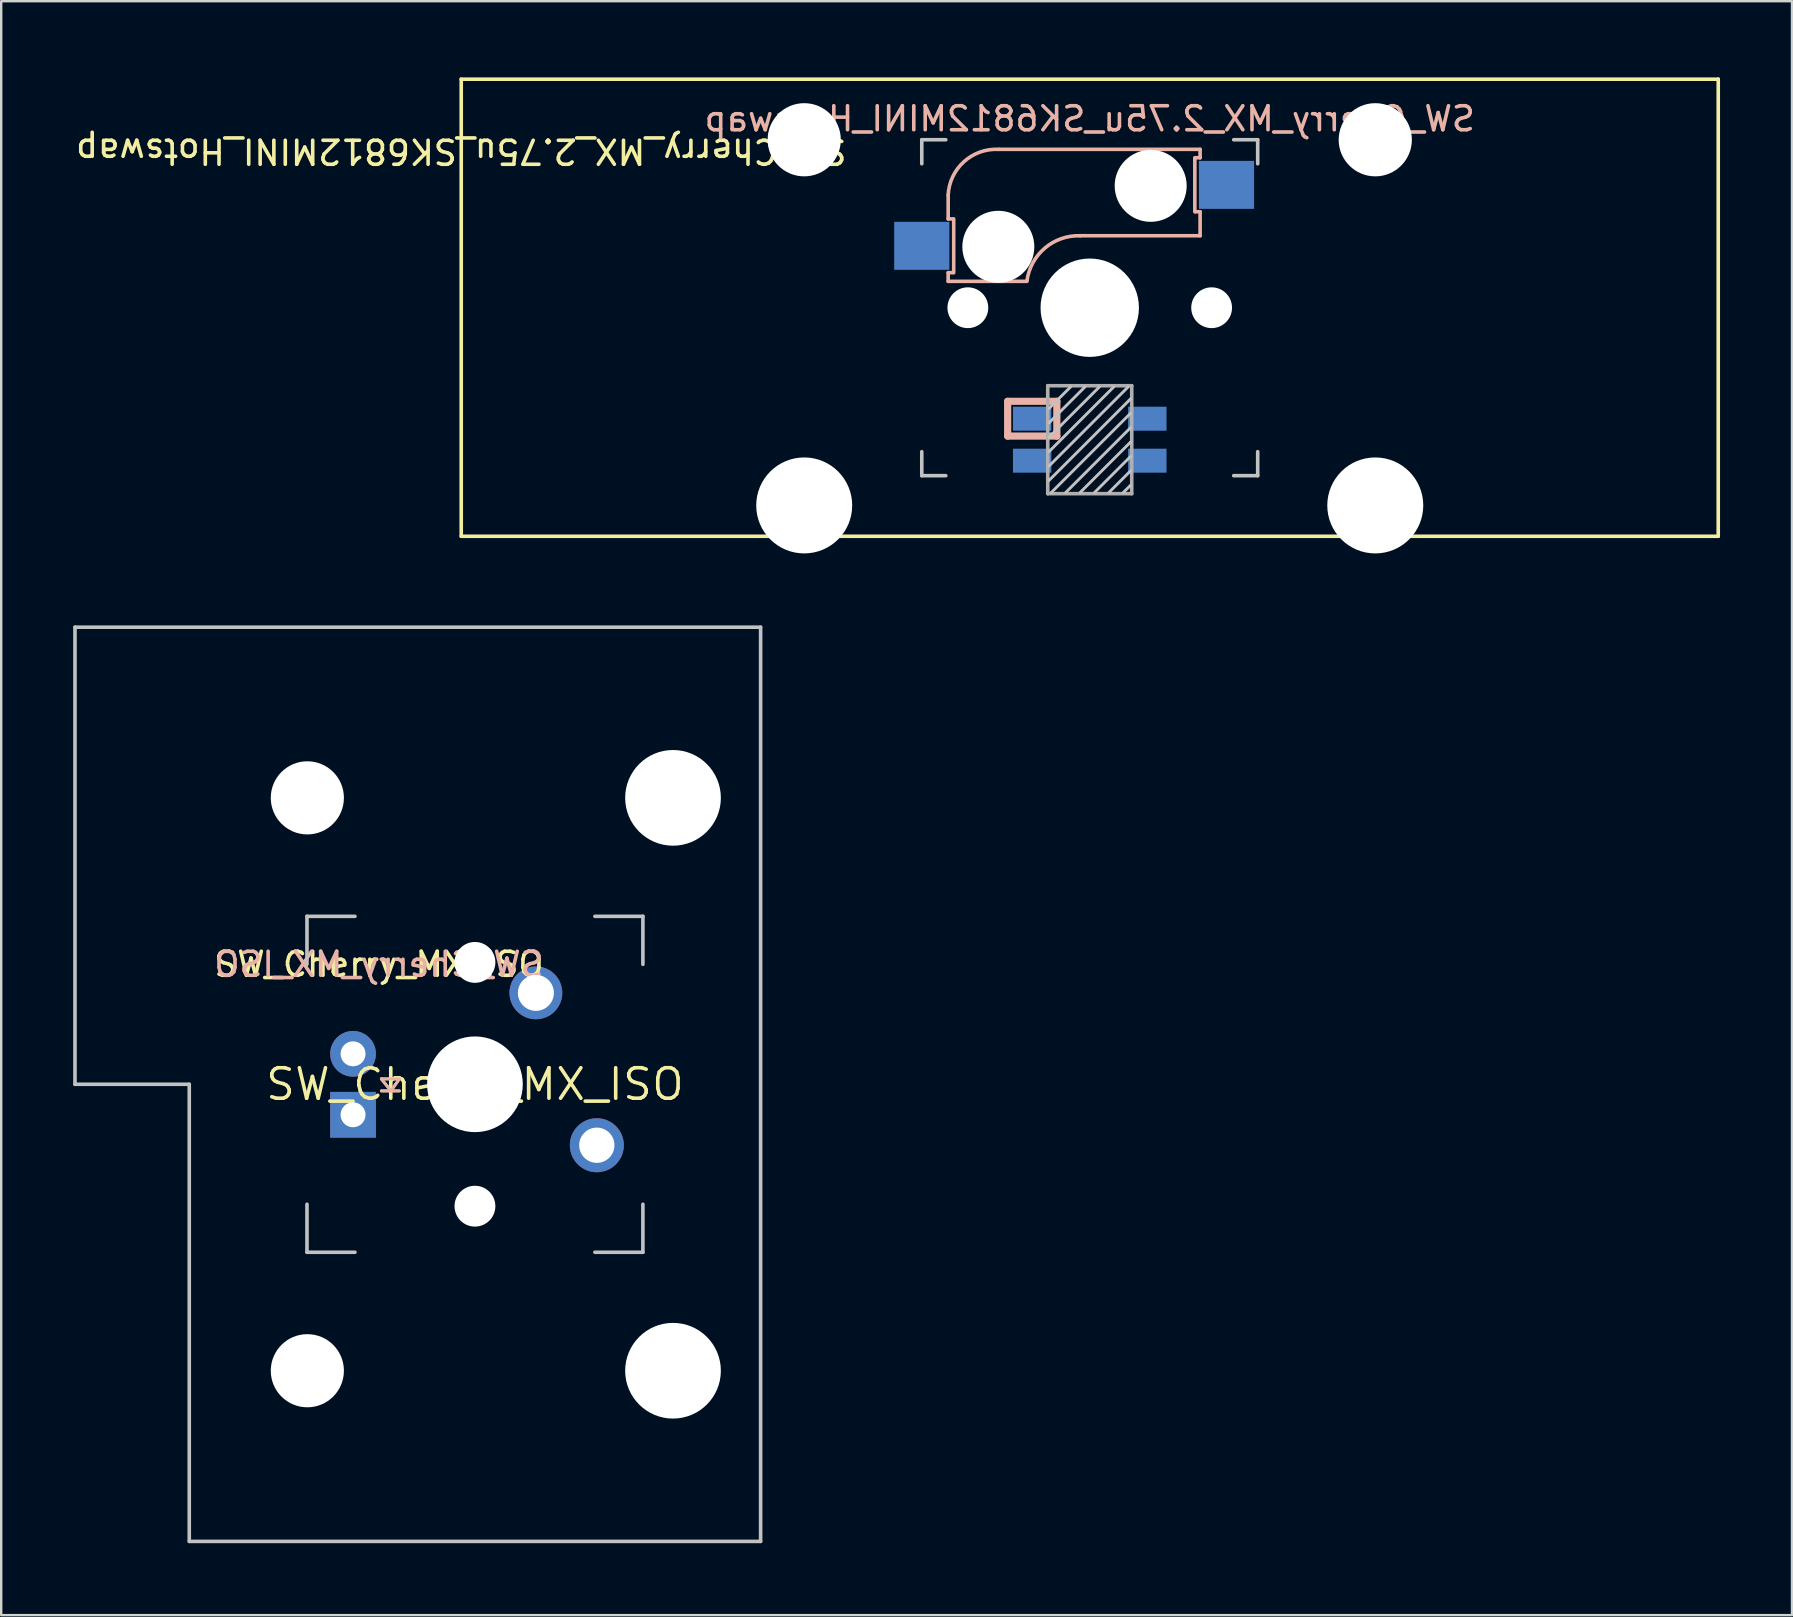
<source format=kicad_pcb>
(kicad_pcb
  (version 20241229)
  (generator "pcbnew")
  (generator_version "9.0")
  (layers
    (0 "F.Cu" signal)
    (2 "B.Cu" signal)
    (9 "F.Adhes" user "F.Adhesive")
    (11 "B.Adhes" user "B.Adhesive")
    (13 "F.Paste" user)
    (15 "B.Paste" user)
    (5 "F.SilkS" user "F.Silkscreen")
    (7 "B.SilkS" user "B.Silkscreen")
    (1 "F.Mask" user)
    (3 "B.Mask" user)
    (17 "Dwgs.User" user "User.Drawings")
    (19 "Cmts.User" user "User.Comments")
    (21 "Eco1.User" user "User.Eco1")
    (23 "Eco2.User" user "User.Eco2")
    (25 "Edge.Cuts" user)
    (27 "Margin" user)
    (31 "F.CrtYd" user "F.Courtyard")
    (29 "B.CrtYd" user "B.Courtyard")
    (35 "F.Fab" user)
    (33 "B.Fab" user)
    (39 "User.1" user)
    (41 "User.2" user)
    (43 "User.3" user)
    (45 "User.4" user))
  (footprint "SW_Cherry_MX_2.75u_SK6812MINI_Hotswap"
    (layer "F.Cu")
    (at 16.173 0.25)
    (property "Reference" "SW_Cherry_MX_2.75u_SK6812MINI_Hotswap" (at 0 3 180) (unlocked yes) (layer "F.SilkS") (effects (font (size 1 1) (thickness 0.15))))
    (attr through_hole)
    (fp_line (start 0 0) (end 52.388 0) (stroke (width 0.15) (type solid)) (layer "F.SilkS"))
    (fp_line (start 0 19.05) (end 0 0) (stroke (width 0.15) (type solid)) (layer "F.SilkS"))
    (fp_line (start 52.388 0) (end 52.388 19.05) (stroke (width 0.15) (type solid)) (layer "F.SilkS"))
    (fp_line (start 52.388 19.05) (end 0 19.05) (stroke (width 0.15) (type solid)) (layer "F.SilkS"))
    (fp_line (start 20.294 4.825) (end 20.294 5.825) (stroke (width 0.15) (type solid)) (layer "B.SilkS"))
    (fp_line (start 20.294 5.825) (end 20.494 5.825) (stroke (width 0.15) (type solid)) (layer "B.SilkS"))
    (fp_line (start 20.294 8.425) (end 20.294 8.065) (stroke (width 0.15) (type solid)) (layer "B.SilkS"))
    (fp_line (start 20.294 8.425) (end 23.574 8.425) (stroke (width 0.15) (type solid)) (layer "B.SilkS"))
    (fp_line (start 20.494 8.065) (end 20.294 8.065) (stroke (width 0.15) (type solid)) (layer "B.SilkS"))
    (fp_line (start 20.524 5.825) (end 20.524 8.065) (stroke (width 0.15) (type solid)) (layer "B.SilkS"))
    (fp_line (start 22.773 13.425) (end 24.823 13.425) (stroke (width 0.3) (type solid)) (layer "B.SilkS"))
    (fp_line (start 22.773 14.875) (end 22.773 13.425) (stroke (width 0.3) (type solid)) (layer "B.SilkS"))
    (fp_line (start 24.823 13.425) (end 24.823 14.875) (stroke (width 0.3) (type solid)) (layer "B.SilkS"))
    (fp_line (start 24.823 14.875) (end 22.773 14.875) (stroke (width 0.3) (type solid)) (layer "B.SilkS"))
    (fp_line (start 25.794 6.525) (end 30.794 6.525) (stroke (width 0.15) (type solid)) (layer "B.SilkS"))
    (fp_line (start 30.574 5.525) (end 30.574 3.275) (stroke (width 0.15) (type solid)) (layer "B.SilkS"))
    (fp_line (start 30.594 3.275) (end 30.794 3.275) (stroke (width 0.15) (type solid)) (layer "B.SilkS"))
    (fp_line (start 30.794 2.925) (end 22.394 2.925) (stroke (width 0.15) (type solid)) (layer "B.SilkS"))
    (fp_line (start 30.794 3.275) (end 30.794 2.925) (stroke (width 0.15) (type solid)) (layer "B.SilkS"))
    (fp_line (start 30.794 5.525) (end 30.594 5.525) (stroke (width 0.15) (type solid)) (layer "B.SilkS"))
    (fp_line (start 30.794 6.525) (end 30.794 5.525) (stroke (width 0.15) (type solid)) (layer "B.SilkS"))
    (fp_arc (start 20.29375 4.825001) (mid 20.950246 3.440076) (end 22.393749 2.925) (stroke (width 0.15) (type solid)) (layer "B.SilkS"))
    (fp_arc (start 23.577432 8.403529) (mid 24.325041 7.038882) (end 25.79375 6.525) (stroke (width 0.15) (type solid)) (layer "B.SilkS"))
    (fp_line (start 19.194 2.525) (end 20.194 2.525) (stroke (width 0.15) (type solid)) (layer "Dwgs.User"))
    (fp_line (start 19.194 3.525) (end 19.194 2.525) (stroke (width 0.15) (type solid)) (layer "Dwgs.User"))
    (fp_line (start 19.194 15.525) (end 19.194 16.525) (stroke (width 0.15) (type solid)) (layer "Dwgs.User"))
    (fp_line (start 19.194 16.525) (end 20.194 16.525) (stroke (width 0.15) (type solid)) (layer "Dwgs.User"))
    (fp_line (start 25.394 12.825) (end 24.494 13.725) (stroke (width 0.12) (type solid)) (layer "Dwgs.User"))
    (fp_line (start 25.994 12.825) (end 24.494 14.325) (stroke (width 0.12) (type solid)) (layer "Dwgs.User"))
    (fp_line (start 26.594 12.825) (end 24.494 14.925) (stroke (width 0.12) (type solid)) (layer "Dwgs.User"))
    (fp_line (start 27.194 12.825) (end 24.494 15.525) (stroke (width 0.12) (type solid)) (layer "Dwgs.User"))
    (fp_line (start 27.794 12.825) (end 24.494 16.125) (stroke (width 0.12) (type solid)) (layer "Dwgs.User"))
    (fp_line (start 27.894 13.325) (end 24.494 16.725) (stroke (width 0.12) (type solid)) (layer "Dwgs.User"))
    (fp_line (start 27.894 13.925) (end 24.594 17.225) (stroke (width 0.12) (type solid)) (layer "Dwgs.User"))
    (fp_line (start 27.894 14.525) (end 25.194 17.225) (stroke (width 0.12) (type solid)) (layer "Dwgs.User"))
    (fp_line (start 27.894 15.125) (end 25.794 17.225) (stroke (width 0.12) (type solid)) (layer "Dwgs.User"))
    (fp_line (start 27.894 15.725) (end 26.394 17.225) (stroke (width 0.12) (type solid)) (layer "Dwgs.User"))
    (fp_line (start 27.894 16.325) (end 26.994 17.225) (stroke (width 0.12) (type solid)) (layer "Dwgs.User"))
    (fp_line (start 27.894 16.925) (end 27.594 17.225) (stroke (width 0.12) (type solid)) (layer "Dwgs.User"))
    (fp_line (start 32.194 16.525) (end 33.194 16.525) (stroke (width 0.15) (type solid)) (layer "Dwgs.User"))
    (fp_line (start 33.194 2.525) (end 32.194 2.525) (stroke (width 0.15) (type solid)) (layer "Dwgs.User"))
    (fp_line (start 33.194 2.525) (end 33.194 3.525) (stroke (width 0.15) (type solid)) (layer "Dwgs.User"))
    (fp_line (start 33.194 16.525) (end 33.194 15.525) (stroke (width 0.15) (type solid)) (layer "Dwgs.User"))
    (fp_line (start 10.064 17.297) (end 10.065 3.835) (stroke (width 0.05) (type solid)) (layer "Eco1.User"))
    (fp_line (start 10.065 3.835) (end 19.15 3.835) (stroke (width 0.05) (type solid)) (layer "Eco1.User"))
    (fp_line (start 16.542 16.129) (end 16.542 17.297) (stroke (width 0.05) (type solid)) (layer "Eco1.User"))
    (fp_line (start 16.542 17.297) (end 10.064 17.297) (stroke (width 0.05) (type solid)) (layer "Eco1.User"))
    (fp_line (start 19.15 2.475) (end 19.15 3.835) (stroke (width 0.05) (type solid)) (layer "Eco1.User"))
    (fp_line (start 19.15 2.475) (end 33.25 2.475) (stroke (width 0.05) (type solid)) (layer "Eco1.User"))
    (fp_line (start 19.15 16.13) (end 16.542 16.129) (stroke (width 0.05) (type solid)) (layer "Eco1.User"))
    (fp_line (start 19.15 16.13) (end 19.15 16.576) (stroke (width 0.05) (type solid)) (layer "Eco1.User"))
    (fp_line (start 33.25 2.475) (end 33.25 3.835) (stroke (width 0.05) (type solid)) (layer "Eco1.User"))
    (fp_line (start 33.25 16.13) (end 33.25 16.576) (stroke (width 0.05) (type solid)) (layer "Eco1.User"))
    (fp_line (start 33.25 16.13) (end 35.846 16.129) (stroke (width 0.05) (type solid)) (layer "Eco1.User"))
    (fp_line (start 33.25 16.576) (end 19.15 16.576) (stroke (width 0.05) (type solid)) (layer "Eco1.User"))
    (fp_line (start 35.846 17.297) (end 35.846 16.129) (stroke (width 0.05) (type solid)) (layer "Eco1.User"))
    (fp_line (start 35.846 17.297) (end 42.324 17.297) (stroke (width 0.05) (type solid)) (layer "Eco1.User"))
    (fp_line (start 42.323 3.835) (end 33.25 3.835) (stroke (width 0.05) (type solid)) (layer "Eco1.User"))
    (fp_line (start 42.324 17.297) (end 42.323 3.835) (stroke (width 0.05) (type solid)) (layer "Eco1.User"))
    (fp_line (start 24.444 12.775) (end 24.444 17.275) (stroke (width 0.15) (type solid)) (layer "F.Fab"))
    (fp_line (start 24.444 12.775) (end 27.944 12.775) (stroke (width 0.15) (type solid)) (layer "F.Fab"))
    (fp_line (start 27.944 12.775) (end 27.944 17.275) (stroke (width 0.15) (type solid)) (layer "F.Fab"))
    (fp_line (start 27.944 17.275) (end 24.444 17.275) (stroke (width 0.15) (type solid)) (layer "F.Fab"))
    (fp_text user "${REFERENCE}" (at 26.194 1.651 0) (layer "B.SilkS") (effects (font (size 1 1) (thickness 0.15)) (justify mirror)))
    (pad "" np_thru_hole circle (at 14.294 2.525) (size 3.05 3.05) (drill 3.05) (layers "*.Cu" "*.Mask"))
    (pad "" np_thru_hole circle (at 14.294 17.765) (size 4 4) (drill 4) (layers "*.Cu" "*.Mask"))
    (pad "" np_thru_hole circle (at 21.114 9.525) (size 1.7 1.7) (drill 1.7) (layers "*.Cu" "*.Mask"))
    (pad "" np_thru_hole circle (at 22.384 6.985 180) (size 3 3) (drill 3) (layers "*.Cu" "*.Mask"))
    (pad "" np_thru_hole circle (at 26.194 9.525 90) (size 4.1 4.1) (drill 4.1) (layers "*.Cu" "*.Mask"))
    (pad "" np_thru_hole circle (at 28.734 4.445 180) (size 3 3) (drill 3) (layers "*.Cu" "*.Mask"))
    (pad "" np_thru_hole circle (at 31.274 9.525) (size 1.7 1.7) (drill 1.7) (layers "*.Cu" "*.Mask"))
    (pad "" np_thru_hole circle (at 38.094 2.525) (size 3.05 3.05) (drill 3.05) (layers "*.Cu" "*.Mask"))
    (pad "" np_thru_hole circle (at 38.094 17.765) (size 4 4) (drill 4) (layers "*.Cu" "*.Mask"))
    (pad "1" smd rect (at 19.194 6.945 180) (size 2.3 2) (layers "B.Cu" "B.Mask" "B.Paste"))
    (pad "2" smd rect (at 31.894 4.405 180) (size 2.3 2) (layers "B.Cu" "B.Mask" "B.Paste"))
    (pad "3" smd rect (at 23.794 14.15) (size 1.6 1) (layers "B.Cu" "B.Mask" "B.Paste"))
    (pad "4" smd rect (at 23.794 15.9) (size 1.6 1) (layers "B.Cu" "B.Mask" "B.Paste"))
    (pad "5" smd rect (at 28.594 15.9) (size 1.6 1) (layers "B.Cu" "B.Mask" "B.Paste"))
    (pad "6" smd rect (at 28.594 14.15) (size 1.6 1) (layers "B.Cu" "B.Mask" "B.Paste")))
  (footprint "SW_Cherry_MX_ISO"
    (layer "F.Cu")
    (at 16.744 42.14)
    (property "Reference" "SW_Cherry_MX_ISO" (at 0 0 0) (layer "F.SilkS") (effects (font (size 1.27 1.27) (thickness 0.15))))
    (attr through_hole)
    (fp_line (start -3.9 -0.225) (end -3.5 0.275) (stroke (width 0.12) (type solid)) (layer "F.SilkS"))
    (fp_line (start -3.5 0.275) (end -3.15 -0.225) (stroke (width 0.12) (type solid)) (layer "F.SilkS"))
    (fp_line (start -3.15 -0.225) (end -3.9 -0.225) (stroke (width 0.12) (type solid)) (layer "F.SilkS"))
    (fp_line (start -3.15 0.275) (end -3.9 0.275) (stroke (width 0.12) (type solid)) (layer "F.SilkS"))
    (fp_line (start -3.9 -0.225) (end -3.5 0.275) (stroke (width 0.12) (type solid)) (layer "B.SilkS"))
    (fp_line (start -3.5 0.275) (end -3.15 -0.225) (stroke (width 0.12) (type solid)) (layer "B.SilkS"))
    (fp_line (start -3.15 -0.225) (end -3.9 -0.225) (stroke (width 0.12) (type solid)) (layer "B.SilkS"))
    (fp_line (start -3.15 0.275) (end -3.9 0.275) (stroke (width 0.12) (type solid)) (layer "B.SilkS"))
    (fp_line (start -16.669 -19.05) (end -16.669 0) (stroke (width 0.15) (type solid)) (layer "Dwgs.User"))
    (fp_line (start -16.669 -19.05) (end 11.906 -19.05) (stroke (width 0.15) (type solid)) (layer "Dwgs.User"))
    (fp_line (start -11.906 0) (end -16.669 0) (stroke (width 0.15) (type solid)) (layer "Dwgs.User"))
    (fp_line (start -11.906 19.05) (end -11.906 0) (stroke (width 0.15) (type solid)) (layer "Dwgs.User"))
    (fp_line (start -11.906 19.05) (end 11.906 19.05) (stroke (width 0.15) (type solid)) (layer "Dwgs.User"))
    (fp_line (start -7 -7) (end -7 -5) (stroke (width 0.15) (type solid)) (layer "Dwgs.User"))
    (fp_line (start -7 5) (end -7 7) (stroke (width 0.15) (type solid)) (layer "Dwgs.User"))
    (fp_line (start -7 7) (end -5 7) (stroke (width 0.15) (type solid)) (layer "Dwgs.User"))
    (fp_line (start -5 -7) (end -7 -7) (stroke (width 0.15) (type solid)) (layer "Dwgs.User"))
    (fp_line (start 5 -7) (end 7 -7) (stroke (width 0.15) (type solid)) (layer "Dwgs.User"))
    (fp_line (start 5 7) (end 7 7) (stroke (width 0.15) (type solid)) (layer "Dwgs.User"))
    (fp_line (start 7 -7) (end 7 -5) (stroke (width 0.15) (type solid)) (layer "Dwgs.User"))
    (fp_line (start 7 7) (end 7 5) (stroke (width 0.15) (type solid)) (layer "Dwgs.User"))
    (fp_line (start 11.906 -19.05) (end 11.906 19.05) (stroke (width 0.15) (type solid)) (layer "Dwgs.User"))
    (fp_line (start -6.985 -6.985) (end -4.877 -6.985) (stroke (width 0.05) (type solid)) (layer "Eco1.User"))
    (fp_line (start -6.985 6.985) (end -6.985 -6.985) (stroke (width 0.05) (type solid)) (layer "Eco1.User"))
    (fp_line (start -5.69 -15.265) (end -2.286 -15.265) (stroke (width 0.05) (type solid)) (layer "Eco1.User"))
    (fp_line (start -5.69 -8.611) (end -5.69 -15.265) (stroke (width 0.05) (type solid)) (layer "Eco1.User"))
    (fp_line (start -5.69 8.611) (end -4.877 8.611) (stroke (width 0.05) (type solid)) (layer "Eco1.User"))
    (fp_line (start -5.69 15.265) (end -5.69 8.611) (stroke (width 0.05) (type solid)) (layer "Eco1.User"))
    (fp_line (start -4.877 -8.611) (end -5.69 -8.611) (stroke (width 0.05) (type solid)) (layer "Eco1.User"))
    (fp_line (start -4.877 -6.985) (end -4.877 -8.611) (stroke (width 0.05) (type solid)) (layer "Eco1.User"))
    (fp_line (start -4.877 6.985) (end -6.985 6.985) (stroke (width 0.05) (type solid)) (layer "Eco1.User"))
    (fp_line (start -4.877 8.611) (end -4.877 6.985) (stroke (width 0.05) (type solid)) (layer "Eco1.User"))
    (fp_line (start -2.286 -16.129) (end 0.508 -16.129) (stroke (width 0.05) (type solid)) (layer "Eco1.User"))
    (fp_line (start -2.286 -15.265) (end -2.286 -16.129) (stroke (width 0.05) (type solid)) (layer "Eco1.User"))
    (fp_line (start -2.286 15.265) (end -5.69 15.265) (stroke (width 0.05) (type solid)) (layer "Eco1.User"))
    (fp_line (start -2.286 16.129) (end -2.286 15.265) (stroke (width 0.05) (type solid)) (layer "Eco1.User"))
    (fp_line (start 0.508 -16.129) (end 0.508 -15.265) (stroke (width 0.05) (type solid)) (layer "Eco1.User"))
    (fp_line (start 0.508 -15.265) (end 6.604 -15.265) (stroke (width 0.05) (type solid)) (layer "Eco1.User"))
    (fp_line (start 0.508 15.265) (end 0.508 16.129) (stroke (width 0.05) (type solid)) (layer "Eco1.User"))
    (fp_line (start 0.508 16.129) (end -2.286 16.129) (stroke (width 0.05) (type solid)) (layer "Eco1.User"))
    (fp_line (start 5.817 -8.611) (end 5.817 -6.985) (stroke (width 0.05) (type solid)) (layer "Eco1.User"))
    (fp_line (start 5.817 -6.985) (end 6.985 -6.985) (stroke (width 0.05) (type solid)) (layer "Eco1.User"))
    (fp_line (start 5.817 6.985) (end 5.817 8.611) (stroke (width 0.05) (type solid)) (layer "Eco1.User"))
    (fp_line (start 5.817 8.611) (end 6.604 8.611) (stroke (width 0.05) (type solid)) (layer "Eco1.User"))
    (fp_line (start 6.604 -15.265) (end 6.604 -14.224) (stroke (width 0.05) (type solid)) (layer "Eco1.User"))
    (fp_line (start 6.604 -14.224) (end 7.772 -14.224) (stroke (width 0.05) (type solid)) (layer "Eco1.User"))
    (fp_line (start 6.604 -9.652) (end 6.604 -8.611) (stroke (width 0.05) (type solid)) (layer "Eco1.User"))
    (fp_line (start 6.604 -8.611) (end 5.817 -8.611) (stroke (width 0.05) (type solid)) (layer "Eco1.User"))
    (fp_line (start 6.604 8.611) (end 6.604 9.652) (stroke (width 0.05) (type solid)) (layer "Eco1.User"))
    (fp_line (start 6.604 9.652) (end 7.772 9.652) (stroke (width 0.05) (type solid)) (layer "Eco1.User"))
    (fp_line (start 6.604 14.224) (end 6.604 15.265) (stroke (width 0.05) (type solid)) (layer "Eco1.User"))
    (fp_line (start 6.604 15.265) (end 0.508 15.265) (stroke (width 0.05) (type solid)) (layer "Eco1.User"))
    (fp_line (start 6.985 -6.985) (end 6.985 6.985) (stroke (width 0.05) (type solid)) (layer "Eco1.User"))
    (fp_line (start 6.985 6.985) (end 5.817 6.985) (stroke (width 0.05) (type solid)) (layer "Eco1.User"))
    (fp_line (start 7.772 -14.224) (end 7.772 -9.652) (stroke (width 0.05) (type solid)) (layer "Eco1.User"))
    (fp_line (start 7.772 -9.652) (end 6.604 -9.652) (stroke (width 0.05) (type solid)) (layer "Eco1.User"))
    (fp_line (start 7.772 9.652) (end 7.772 14.224) (stroke (width 0.05) (type solid)) (layer "Eco1.User"))
    (fp_line (start 7.772 14.224) (end 6.604 14.224) (stroke (width 0.05) (type solid)) (layer "Eco1.User"))
    (fp_text user "${REFERENCE}" (at -4 -5 180) (layer "F.SilkS") (effects (font (size 1 1) (thickness 0.15))))
    (fp_text user "${REFERENCE}" (at -4 -5 180) (layer "B.SilkS") (effects (font (size 1 1) (thickness 0.15)) (justify mirror)))
    (pad "" np_thru_hole circle (at -6.985 -11.938) (size 3.048 3.048) (drill 3.048) (layers "*.Cu" "*.Mask"))
    (pad "" np_thru_hole circle (at -6.985 11.938) (size 3.048 3.048) (drill 3.048) (layers "*.Cu" "*.Mask"))
    (pad "" np_thru_hole circle (at 0 -5.08 48.1) (size 1.702 1.702) (drill 1.702) (layers "*.Cu" "*.Mask"))
    (pad "" np_thru_hole circle (at 0 0) (size 3.988 3.988) (drill 3.988) (layers "*.Cu" "*.Mask"))
    (pad "" np_thru_hole circle (at 0 5.08 48.1) (size 1.702 1.702) (drill 1.702) (layers "*.Cu" "*.Mask"))
    (pad "" np_thru_hole circle (at 8.255 -11.938) (size 3.988 3.988) (drill 3.988) (layers "*.Cu" "*.Mask"))
    (pad "" np_thru_hole circle (at 8.255 11.938) (size 3.988 3.988) (drill 3.988) (layers "*.Cu" "*.Mask"))
    (pad "1" thru_hole circle (at 5.08 2.54) (size 2.25 2.25) (drill 1.47) (layers "*.Cu" "B.Mask"))
    (pad "2" thru_hole circle (at 2.54 -3.81 270) (size 2.2 2.2) (drill 1.5) (layers "*.Cu" "*.Mask"))
    (pad "3" thru_hole circle (at -5.08 -1.27) (size 1.905 1.905) (drill 1.04) (layers "*.Cu" "B.Mask"))
    (pad "4" thru_hole rect (at -5.08 1.27) (size 1.905 1.905) (drill 1.04) (layers "*.Cu" "B.Mask")))
  (gr_rect
    (start -3 -3)
    (end 71.635 64.265)
    (stroke (width 0.1) (type default))
    (fill no)
    (layer "Edge.Cuts")))
</source>
